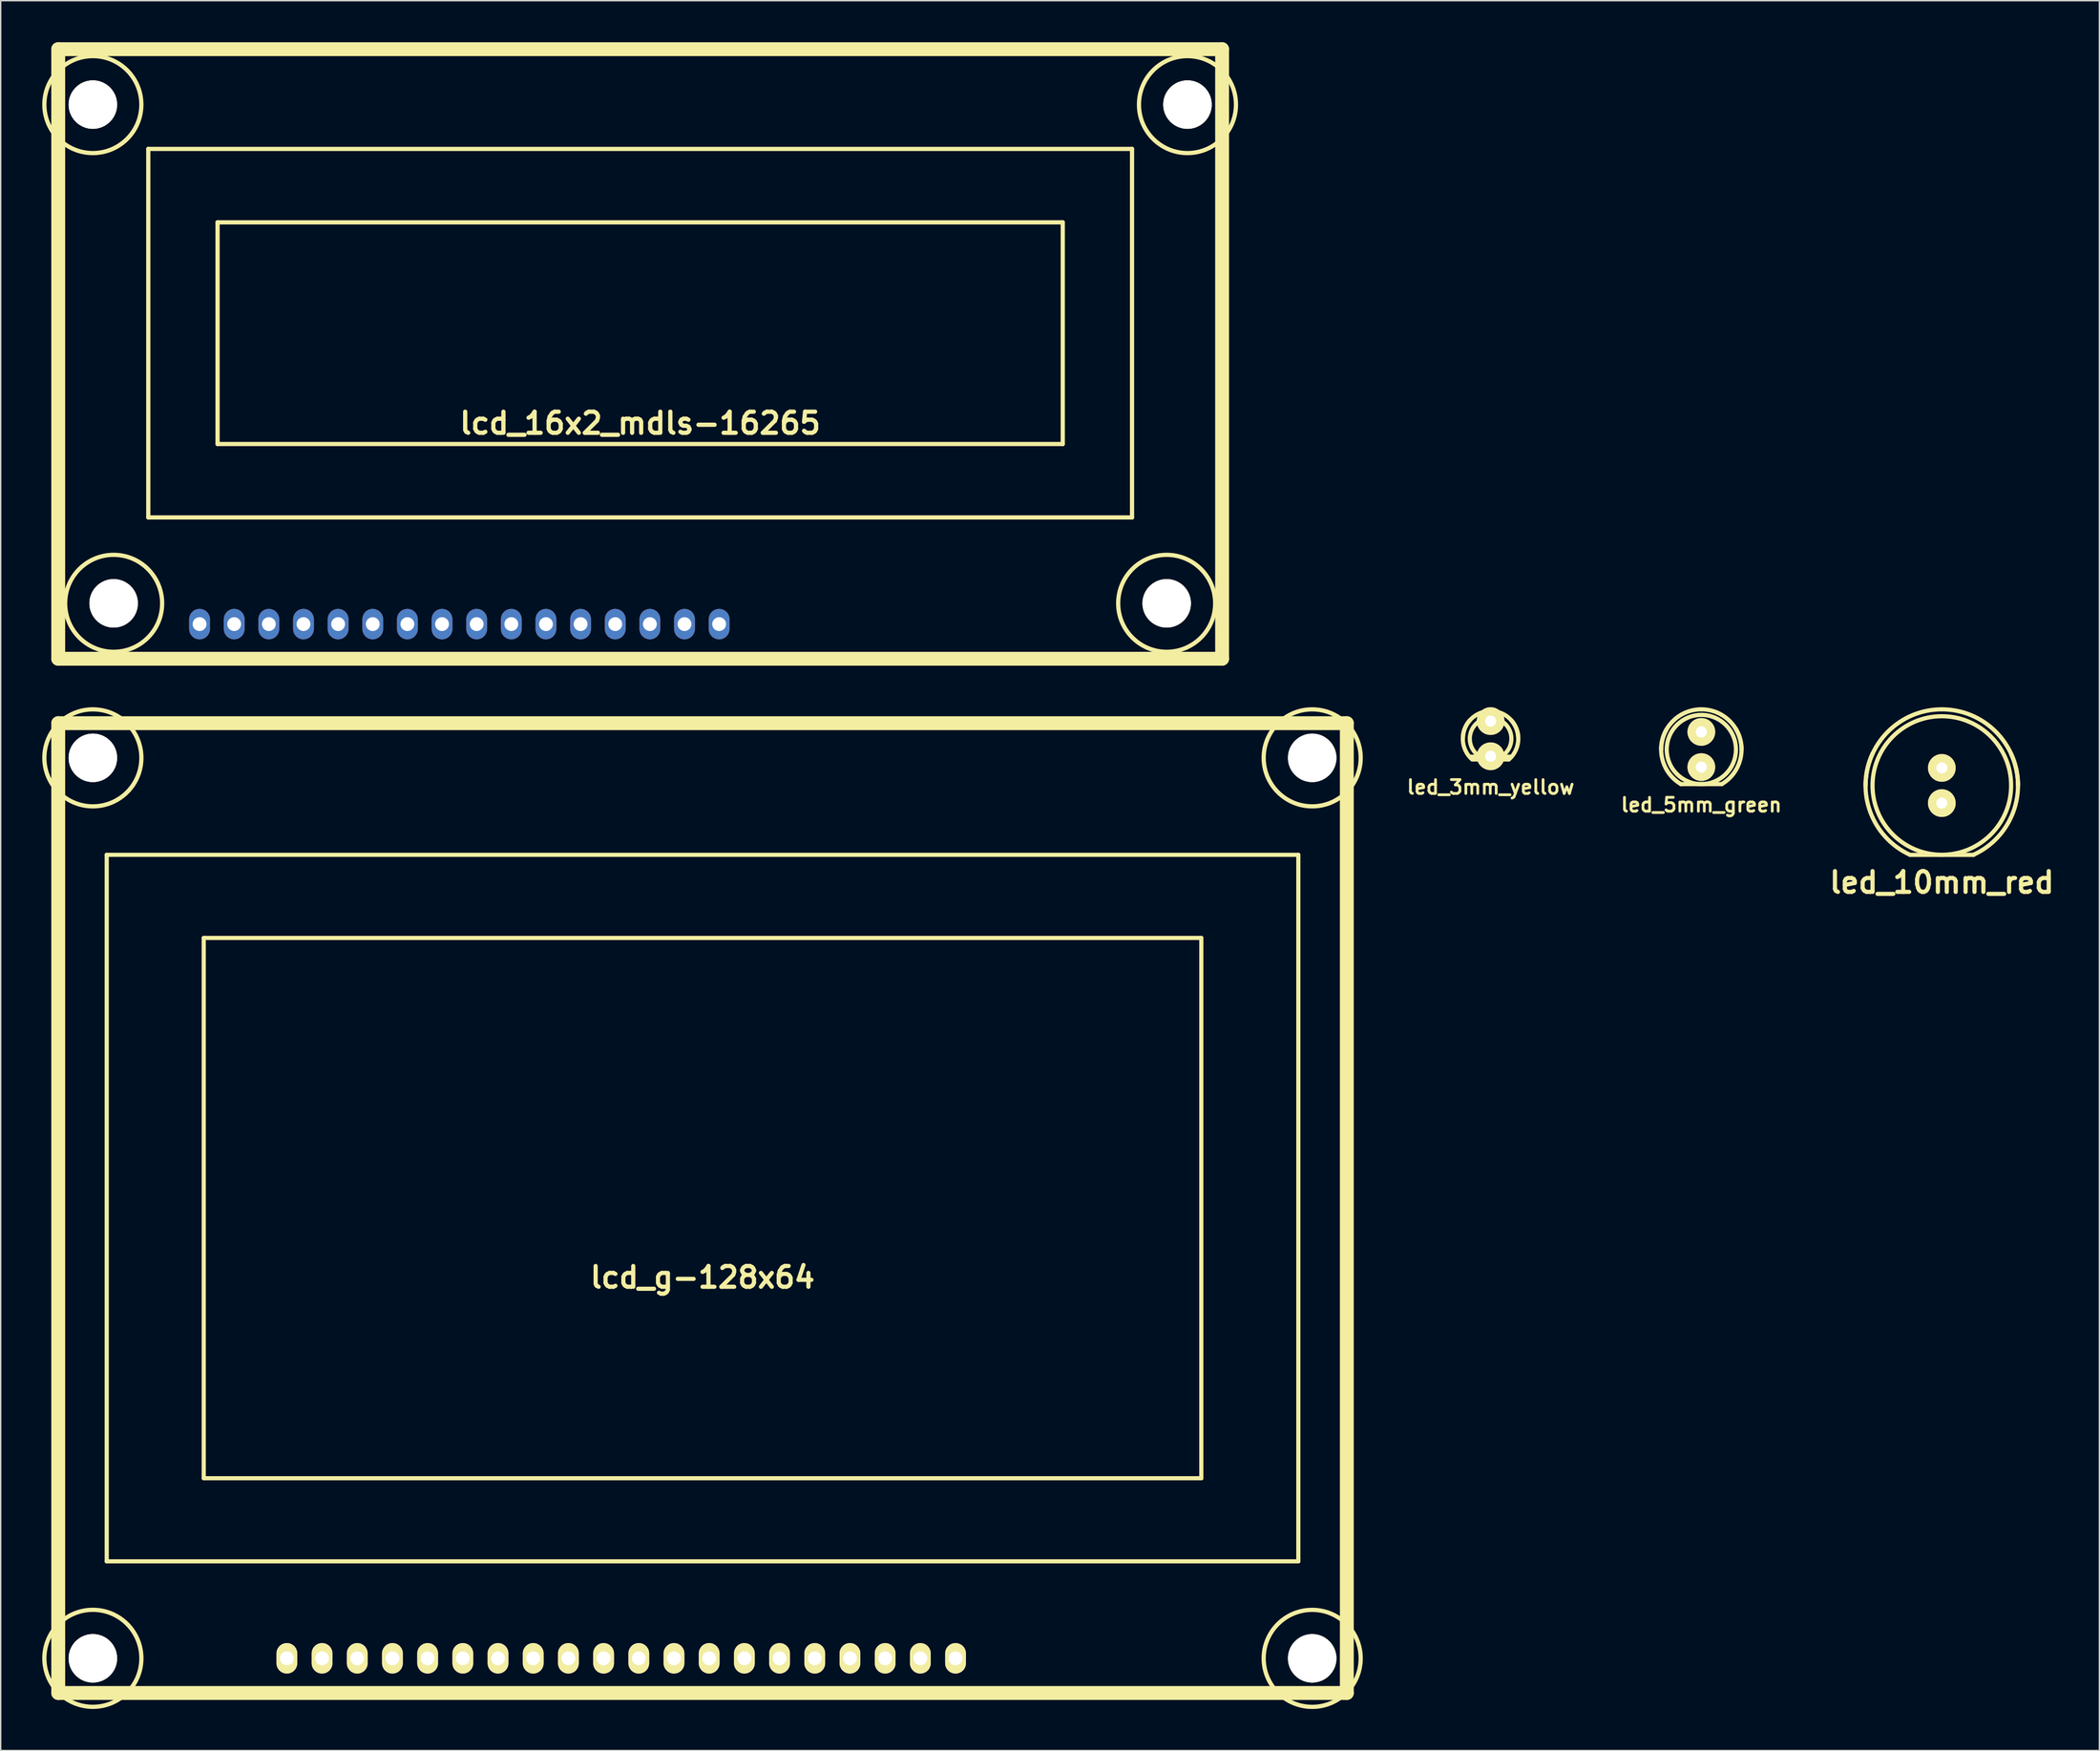
<source format=kicad_pcb>
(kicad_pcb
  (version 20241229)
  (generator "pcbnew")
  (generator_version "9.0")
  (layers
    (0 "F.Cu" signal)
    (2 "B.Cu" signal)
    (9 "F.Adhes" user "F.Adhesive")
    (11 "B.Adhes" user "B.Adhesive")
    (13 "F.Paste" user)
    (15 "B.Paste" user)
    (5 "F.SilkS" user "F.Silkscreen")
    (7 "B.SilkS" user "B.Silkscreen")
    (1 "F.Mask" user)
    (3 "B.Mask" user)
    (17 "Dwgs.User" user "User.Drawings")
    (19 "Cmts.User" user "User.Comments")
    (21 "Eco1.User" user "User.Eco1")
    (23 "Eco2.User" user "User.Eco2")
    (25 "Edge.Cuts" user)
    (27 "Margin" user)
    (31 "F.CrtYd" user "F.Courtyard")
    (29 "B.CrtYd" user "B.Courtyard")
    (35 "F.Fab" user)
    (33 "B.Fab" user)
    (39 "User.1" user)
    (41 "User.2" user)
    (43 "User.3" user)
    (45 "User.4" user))
  (footprint "lcd_g-128x64"
    (layer "F.Cu")
    (at 47.653 84.153)
    (property "Reference" "lcd_g-128x64" (at 0 5.001 0) (layer "F.SilkS") (effects (font (size 1.5 1.5) (thickness 0.3))))
    (attr through_hole)
    (fp_line (start -46.5 -35.001) (end 46.5 -35.001) (stroke (width 1.001) (type solid)) (layer "F.SilkS"))
    (fp_line (start -46.5 35.001) (end -46.5 -35.001) (stroke (width 1.001) (type solid)) (layer "F.SilkS"))
    (fp_line (start -43 -25.499) (end 43 -25.499) (stroke (width 0.3) (type solid)) (layer "F.SilkS"))
    (fp_line (start -43 25.499) (end -43 -25.499) (stroke (width 0.3) (type solid)) (layer "F.SilkS"))
    (fp_line (start -35.999 -19.5) (end 35.999 -19.5) (stroke (width 0.3) (type solid)) (layer "F.SilkS"))
    (fp_line (start -35.999 19.5) (end -35.999 -19.5) (stroke (width 0.3) (type solid)) (layer "F.SilkS"))
    (fp_line (start 35.999 -19.5) (end 35.999 19.5) (stroke (width 0.3) (type solid)) (layer "F.SilkS"))
    (fp_line (start 35.999 19.5) (end -35.999 19.5) (stroke (width 0.3) (type solid)) (layer "F.SilkS"))
    (fp_line (start 43 -25.499) (end 43 25.499) (stroke (width 0.3) (type solid)) (layer "F.SilkS"))
    (fp_line (start 43 25.499) (end -43 25.499) (stroke (width 0.3) (type solid)) (layer "F.SilkS"))
    (fp_line (start 46.5 -35.001) (end 46.5 35.001) (stroke (width 1.001) (type solid)) (layer "F.SilkS"))
    (fp_line (start 46.5 35.001) (end -46.5 35.001) (stroke (width 1.001) (type solid)) (layer "F.SilkS"))
    (fp_circle (center -44 -32.499) (end -47.501 -32.499) (stroke (width 0.305) (type solid)) (fill no) (layer "F.SilkS"))
    (fp_circle (center -44 32.499) (end -47.501 32.499) (stroke (width 0.305) (type solid)) (fill no) (layer "F.SilkS"))
    (fp_circle (center 44 -32.499) (end 47.501 -32.499) (stroke (width 0.305) (type solid)) (fill no) (layer "F.SilkS"))
    (fp_circle (center 44 32.502) (end 47.501 32.502) (stroke (width 0.305) (type solid)) (fill no) (layer "F.SilkS"))
    (pad "" np_thru_hole circle (at -44 -32.499) (size 3.5 3.5) (drill 3.5) (layers "*.Cu" "*.Mask" "F.SilkS"))
    (pad "" np_thru_hole circle (at -44 32.499) (size 3.5 3.5) (drill 3.5) (layers "*.Cu" "*.Mask" "F.SilkS"))
    (pad "" np_thru_hole circle (at 44 -32.499) (size 3.5 3.5) (drill 3.5) (layers "*.Cu" "*.Mask" "F.SilkS"))
    (pad "" np_thru_hole circle (at 44 32.499) (size 3.5 3.5) (drill 3.5) (layers "*.Cu" "*.Mask" "F.SilkS"))
    (pad "1" thru_hole oval (at 18.26 32.499) (size 1.5 2.2) (drill 1) (layers "*.Cu" "*.Mask" "F.SilkS"))
    (pad "2" thru_hole oval (at 15.72 32.499) (size 1.5 2.2) (drill 1) (layers "*.Cu" "*.Mask" "F.SilkS"))
    (pad "3" thru_hole oval (at 13.18 32.499) (size 1.5 2.2) (drill 1) (layers "*.Cu" "*.Mask" "F.SilkS"))
    (pad "4" thru_hole oval (at 10.64 32.499) (size 1.5 2.2) (drill 1) (layers "*.Cu" "*.Mask" "F.SilkS"))
    (pad "5" thru_hole oval (at 8.1 32.499) (size 1.5 2.2) (drill 1) (layers "*.Cu" "*.Mask" "F.SilkS"))
    (pad "6" thru_hole oval (at 5.56 32.499) (size 1.5 2.2) (drill 1) (layers "*.Cu" "*.Mask" "F.SilkS"))
    (pad "7" thru_hole oval (at 3.02 32.499) (size 1.5 2.2) (drill 1) (layers "*.Cu" "*.Mask" "F.SilkS"))
    (pad "8" thru_hole oval (at 0.48 32.499) (size 1.5 2.2) (drill 1) (layers "*.Cu" "*.Mask" "F.SilkS"))
    (pad "9" thru_hole oval (at -2.06 32.499) (size 1.5 2.2) (drill 1) (layers "*.Cu" "*.Mask" "F.SilkS"))
    (pad "10" thru_hole oval (at -4.6 32.499) (size 1.5 2.2) (drill 1) (layers "*.Cu" "*.Mask" "F.SilkS"))
    (pad "11" thru_hole oval (at -7.14 32.499) (size 1.5 2.2) (drill 1) (layers "*.Cu" "*.Mask" "F.SilkS"))
    (pad "12" thru_hole oval (at -9.68 32.499) (size 1.5 2.2) (drill 1) (layers "*.Cu" "*.Mask" "F.SilkS"))
    (pad "13" thru_hole oval (at -12.22 32.499) (size 1.5 2.2) (drill 1) (layers "*.Cu" "*.Mask" "F.SilkS"))
    (pad "14" thru_hole oval (at -14.76 32.499) (size 1.5 2.2) (drill 1) (layers "*.Cu" "*.Mask" "F.SilkS"))
    (pad "15" thru_hole oval (at -17.3 32.499) (size 1.5 2.2) (drill 1) (layers "*.Cu" "*.Mask" "F.SilkS"))
    (pad "16" thru_hole oval (at -19.84 32.499) (size 1.5 2.2) (drill 1) (layers "*.Cu" "*.Mask" "F.SilkS"))
    (pad "17" thru_hole oval (at -22.38 32.499) (size 1.5 2.2) (drill 1) (layers "*.Cu" "*.Mask" "F.SilkS"))
    (pad "18" thru_hole oval (at -24.92 32.499) (size 1.5 2.2) (drill 1) (layers "*.Cu" "*.Mask" "F.SilkS"))
    (pad "19" thru_hole oval (at -27.46 32.499) (size 1.5 2.2) (drill 1) (layers "*.Cu" "*.Mask" "F.SilkS"))
    (pad "20" thru_hole oval (at -30 32.499) (size 1.5 2.2) (drill 1) (layers "*.Cu" "*.Mask" "F.SilkS")))
  (footprint "led_3mm_yellow"
    (layer "F.Cu")
    (at 104.53 50.27)
    (property "Reference" "led_3mm_yellow" (at 0 3.5 0) (layer "F.SilkS") (effects (font (size 1 1) (thickness 0.2))))
    (attr through_hole)
    (fp_line (start -1.501 1.3) (end 1.501 1.3) (stroke (width 0.3) (type solid)) (layer "F.SilkS"))
    (fp_line (start -1.3 1.501) (end 1.3 1.501) (stroke (width 0.3) (type solid)) (layer "F.SilkS"))
    (fp_arc (start -1.99898 0) (mid -1.413492 -1.413492) (end 0 -1.99898) (stroke (width 0.29972) (type solid)) (layer "F.SilkS"))
    (fp_arc (start -1.33096 1.50114) (mid -2.002597 0.120335) (end -1.50114 -1.33096) (stroke (width 0.29972) (type solid)) (layer "F.SilkS"))
    (fp_arc (start 0 -1.99898) (mid 1.413492 -1.413492) (end 1.99898 0) (stroke (width 0.29972) (type solid)) (layer "F.SilkS"))
    (fp_arc (start 1.50876 -1.31064) (mid 1.993617 0.140092) (end 1.31064 1.50876) (stroke (width 0.29972) (type solid)) (layer "F.SilkS"))
    (fp_circle (center 0 0) (end -1.501 0) (stroke (width 0.3) (type solid)) (fill no) (layer "F.SilkS"))
    (pad "1" thru_hole circle (at 0 -1.27) (size 1.999 1.999) (drill 0.8) (layers "*.Cu" "*.Mask" "F.SilkS"))
    (pad "2" thru_hole circle (at 0 1.27) (size 1.999 1.999) (drill 0.8) (layers "*.Cu" "*.Mask" "F.SilkS")))
  (footprint "led_5mm_green"
    (layer "F.Cu")
    (at 119.739 51.051)
    (property "Reference" "led_5mm_green" (at 0 4 0) (layer "F.SilkS") (effects (font (size 1 1) (thickness 0.2))))
    (attr through_hole)
    (fp_line (start -1.471 2.499) (end 1.471 2.499) (stroke (width 0.3) (type solid)) (layer "F.SilkS"))
    (fp_arc (start -2.90068 0) (mid -2.05109 -2.05109) (end 0 -2.90068) (stroke (width 0.29972) (type solid)) (layer "F.SilkS"))
    (fp_arc (start -1.47066 2.49936) (mid -2.807228 0.727401) (end -2.49936 -1.47066) (stroke (width 0.29972) (type solid)) (layer "F.SilkS"))
    (fp_arc (start 0 -2.90068) (mid 2.05109 -2.05109) (end 2.90068 0) (stroke (width 0.29972) (type solid)) (layer "F.SilkS"))
    (fp_arc (start 2.4892 -1.49098) (mid 2.814412 0.705848) (end 1.49098 2.4892) (stroke (width 0.29972) (type solid)) (layer "F.SilkS"))
    (fp_circle (center 0 0) (end -2.499 0) (stroke (width 0.3) (type solid)) (fill no) (layer "F.SilkS"))
    (pad "1" thru_hole circle (at 0 -1.27) (size 1.999 1.999) (drill 0.8) (layers "*.Cu" "*.Mask" "F.SilkS"))
    (pad "2" thru_hole circle (at 0 1.27) (size 1.999 1.999) (drill 0.8) (layers "*.Cu" "*.Mask" "F.SilkS")))
  (footprint "led_10mm_red"
    (layer "F.Cu")
    (at 137.096 53.65)
    (property "Reference" "led_10mm_red" (at 0 7 0) (layer "F.SilkS") (effects (font (size 1.5 1.5) (thickness 0.3))))
    (attr through_hole)
    (fp_line (start -2.301 5.009) (end 2.301 5.009) (stroke (width 0.3) (type solid)) (layer "F.SilkS"))
    (fp_arc (start -5.4991 0) (mid -3.888451 -3.888451) (end 0 -5.4991) (stroke (width 0.29972) (type solid)) (layer "F.SilkS"))
    (fp_arc (start -2.30124 5.00126) (mid -5.163647 1.909202) (end -5.00126 -2.30124) (stroke (width 0.29972) (type solid)) (layer "F.SilkS"))
    (fp_arc (start 0 -5.4991) (mid 3.888451 -3.888451) (end 5.4991 0) (stroke (width 0.29972) (type solid)) (layer "F.SilkS"))
    (fp_arc (start 5.00126 -2.28092) (mid 5.149279 1.923571) (end 2.28092 5.00126) (stroke (width 0.29972) (type solid)) (layer "F.SilkS"))
    (fp_circle (center 0 0) (end -5.001 0) (stroke (width 0.3) (type solid)) (fill no) (layer "F.SilkS"))
    (pad "1" thru_hole circle (at 0 -1.27) (size 1.999 1.999) (drill 0.8) (layers "*.Cu" "*.Mask" "F.SilkS"))
    (pad "2" thru_hole circle (at 0 1.27) (size 1.999 1.999) (drill 0.8) (layers "*.Cu" "*.Mask" "F.SilkS")))
  (footprint "lcd_16x2_mdls-16265"
    (layer "F.Cu")
    (at 43.152 22.5)
    (property "Reference" "lcd_16x2_mdls-16265" (at 0 5.001 0) (layer "F.SilkS") (effects (font (size 1.524 1.524) (thickness 0.305))))
    (attr through_hole)
    (fp_line (start -42 -22) (end 42 -22) (stroke (width 1.001) (type solid)) (layer "F.SilkS"))
    (fp_line (start -42 22) (end -42 -22) (stroke (width 1.001) (type solid)) (layer "F.SilkS"))
    (fp_line (start -35.5 -14.8) (end 35.5 -14.8) (stroke (width 0.305) (type solid)) (layer "F.SilkS"))
    (fp_line (start -35.5 11.8) (end -35.5 -14.8) (stroke (width 0.305) (type solid)) (layer "F.SilkS"))
    (fp_line (start -30.5 -9.5) (end -30.5 6.5) (stroke (width 0.305) (type solid)) (layer "F.SilkS"))
    (fp_line (start -30.5 6.5) (end 30.5 6.5) (stroke (width 0.305) (type solid)) (layer "F.SilkS"))
    (fp_line (start 30.5 -9.5) (end -30.5 -9.5) (stroke (width 0.305) (type solid)) (layer "F.SilkS"))
    (fp_line (start 30.5 6.5) (end 30.5 -9.5) (stroke (width 0.305) (type solid)) (layer "F.SilkS"))
    (fp_line (start 35.5 -14.8) (end 35.5 11.8) (stroke (width 0.305) (type solid)) (layer "F.SilkS"))
    (fp_line (start 35.5 11.8) (end -35.5 11.8) (stroke (width 0.305) (type solid)) (layer "F.SilkS"))
    (fp_line (start 42 -22) (end 42 22) (stroke (width 1.001) (type solid)) (layer "F.SilkS"))
    (fp_line (start 42 22) (end -42 22) (stroke (width 1.001) (type solid)) (layer "F.SilkS"))
    (fp_circle (center -39.5 -18) (end -36 -18) (stroke (width 0.305) (type solid)) (fill no) (layer "F.SilkS"))
    (fp_circle (center -38 18) (end -41.5 18) (stroke (width 0.305) (type solid)) (fill no) (layer "F.SilkS"))
    (fp_circle (center 38 18) (end 41.5 18) (stroke (width 0.305) (type solid)) (fill no) (layer "F.SilkS"))
    (fp_circle (center 39.5 -18) (end 43 -18) (stroke (width 0.305) (type solid)) (fill no) (layer "F.SilkS"))
    (pad "" np_thru_hole circle (at -39.5 -18) (size 3.5 3.5) (drill 3.5) (layers "*.Cu" "*.Mask" "F.SilkS"))
    (pad "" np_thru_hole circle (at -38 18) (size 3.5 3.5) (drill 3.5) (layers "*.Cu" "*.Mask" "F.SilkS"))
    (pad "" np_thru_hole circle (at 38 18) (size 3.5 3.5) (drill 3.5) (layers "*.Cu" "*.Mask" "F.SilkS"))
    (pad "" np_thru_hole circle (at 39.5 -18) (size 3.5 3.5) (drill 3.5) (layers "*.Cu" "*.Mask" "F.SilkS"))
    (pad "1" thru_hole oval (at 0.7 19.5) (size 1.5 2.2) (drill 1) (layers "*.Cu" "*.Mask"))
    (pad "2" thru_hole oval (at -1.8 19.5) (size 1.5 2.2) (drill 1) (layers "*.Cu" "*.Mask"))
    (pad "3" thru_hole oval (at -4.3 19.5) (size 1.5 2.2) (drill 1) (layers "*.Cu" "*.Mask"))
    (pad "4" thru_hole oval (at -6.8 19.5) (size 1.5 2.2) (drill 1) (layers "*.Cu" "*.Mask"))
    (pad "5" thru_hole oval (at -9.3 19.5) (size 1.5 2.2) (drill 1) (layers "*.Cu" "*.Mask"))
    (pad "6" thru_hole oval (at -11.8 19.5) (size 1.5 2.2) (drill 1) (layers "*.Cu" "*.Mask"))
    (pad "7" thru_hole oval (at -14.3 19.5) (size 1.5 2.2) (drill 1) (layers "*.Cu" "*.Mask"))
    (pad "8" thru_hole oval (at -16.8 19.5) (size 1.5 2.2) (drill 1) (layers "*.Cu" "*.Mask"))
    (pad "9" thru_hole oval (at -19.3 19.5) (size 1.5 2.2) (drill 1) (layers "*.Cu" "*.Mask"))
    (pad "10" thru_hole oval (at -21.8 19.5) (size 1.5 2.2) (drill 1) (layers "*.Cu" "*.Mask"))
    (pad "11" thru_hole oval (at -24.3 19.5) (size 1.5 2.2) (drill 1) (layers "*.Cu" "*.Mask"))
    (pad "12" thru_hole oval (at -26.8 19.5) (size 1.5 2.2) (drill 1) (layers "*.Cu" "*.Mask"))
    (pad "13" thru_hole oval (at -29.3 19.5) (size 1.5 2.2) (drill 1) (layers "*.Cu" "*.Mask"))
    (pad "14" thru_hole oval (at -31.8 19.5) (size 1.5 2.2) (drill 1) (layers "*.Cu" "*.Mask"))
    (pad "15" thru_hole oval (at 3.2 19.5) (size 1.5 2.2) (drill 1) (layers "*.Cu" "*.Mask"))
    (pad "16" thru_hole oval (at 5.7 19.5) (size 1.5 2.2) (drill 1) (layers "*.Cu" "*.Mask")))
  (gr_rect
    (start -3 -3)
    (end 148.468 123.307)
    (stroke (width 0.1) (type default))
    (fill no)
    (layer "Edge.Cuts")))
</source>
